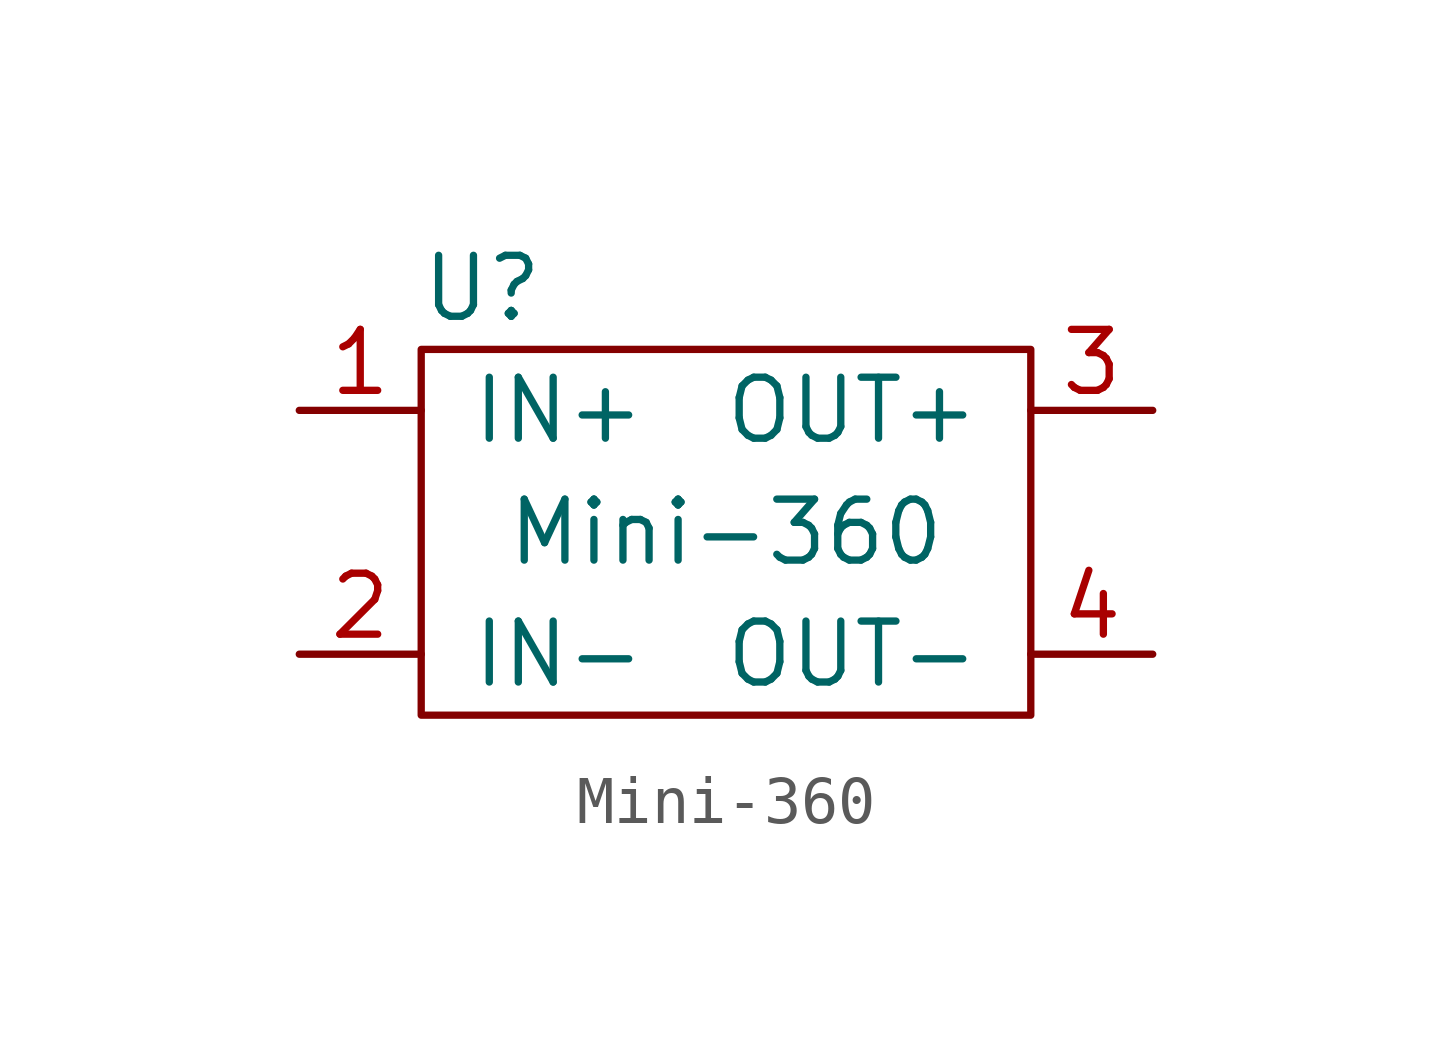
<source format=kicad_sym>
(kicad_symbol_lib
  (version 20211014)
  (generator kicad_symbol_editor)
  (symbol "Mini-360"
    (pin_names
      (offset 1.016))
    (property "Reference" "U"
      (at -5.08 5.08 0)
      (effects (font (size 1.27 1.27))))
    (property "Value" "Mini-360"
      (at 0 0 0)
      (effects (font (size 1.27 1.27))))
    (symbol "Mini-360_0_1"
      (rectangle (start -6.35 3.81) (end 6.35 -3.81) (stroke (width 0) (type default) (color 0 0 0 0)) (fill (type none))))
    (symbol "Mini-360_1_1"
      (pin power_in line (at -8.89 2.54 0) (length 2.54) (name "IN+" (effects (font (size 1.27 1.27)))) (number "1" (effects (font (size 1.27 1.27)))))
      (pin power_in line (at -8.89 -2.54 0) (length 2.54) (name "IN-" (effects (font (size 1.27 1.27)))) (number "2" (effects (font (size 1.27 1.27)))))
      (pin power_out line (at 8.89 2.54 180) (length 2.54) (name "OUT+" (effects (font (size 1.27 1.27)))) (number "3" (effects (font (size 1.27 1.27)))))
      (pin power_in line (at 8.89 -2.54 180) (length 2.54) (name "OUT-" (effects (font (size 1.27 1.27)))) (number "4" (effects (font (size 1.27 1.27))))))))
</source>
